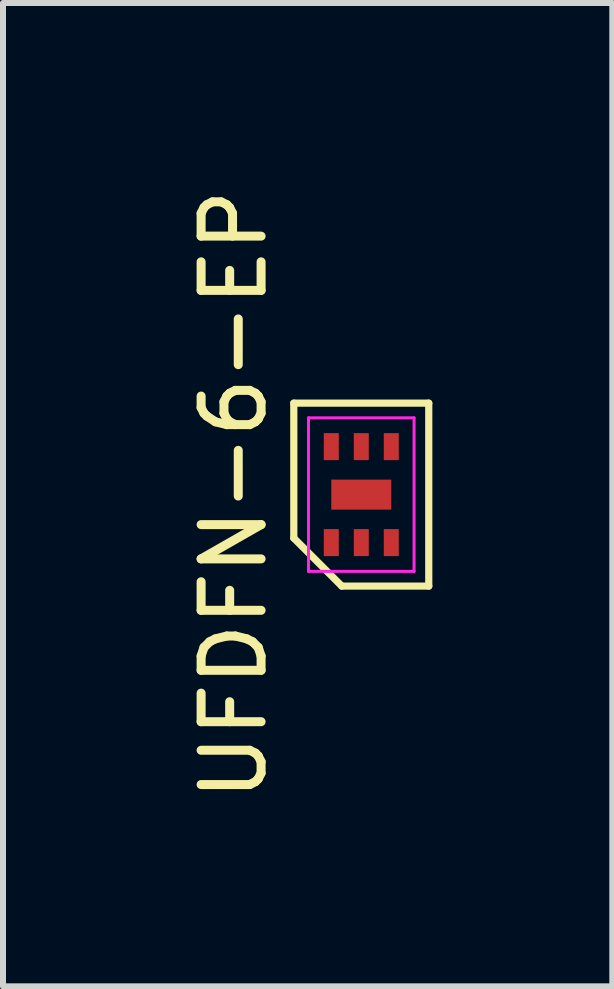
<source format=kicad_pcb>
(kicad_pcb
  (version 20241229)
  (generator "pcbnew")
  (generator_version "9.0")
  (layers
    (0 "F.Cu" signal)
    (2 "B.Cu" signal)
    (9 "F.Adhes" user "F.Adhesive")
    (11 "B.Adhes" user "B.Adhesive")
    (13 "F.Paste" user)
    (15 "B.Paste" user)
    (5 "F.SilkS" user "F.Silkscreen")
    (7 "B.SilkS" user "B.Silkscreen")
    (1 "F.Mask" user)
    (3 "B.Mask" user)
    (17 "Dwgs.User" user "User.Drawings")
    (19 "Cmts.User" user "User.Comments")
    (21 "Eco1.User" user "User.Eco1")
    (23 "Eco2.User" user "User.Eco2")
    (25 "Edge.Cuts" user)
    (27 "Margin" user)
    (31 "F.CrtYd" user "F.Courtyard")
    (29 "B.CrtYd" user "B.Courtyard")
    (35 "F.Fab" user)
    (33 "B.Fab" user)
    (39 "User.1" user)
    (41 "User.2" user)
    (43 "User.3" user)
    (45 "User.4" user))
  (footprint "UFDFN-6-EP"
    (layer "F.Cu")
    (at 2.973 5.196)
    (property "Reference" "UFDFN-6-EP" (at -2.125 0 90) (layer "F.SilkS") (effects (font (size 1 1) (thickness 0.15))))
    (attr smd)
    (fp_line (start -1.125 -1.525) (end 1.125 -1.525) (stroke (width 0.12) (type solid)) (layer "F.SilkS"))
    (fp_line (start -1.125 0.725) (end -1.125 -1.525) (stroke (width 0.12) (type solid)) (layer "F.SilkS"))
    (fp_line (start -0.325 1.525) (end -1.125 0.725) (stroke (width 0.12) (type solid)) (layer "F.SilkS"))
    (fp_line (start 1.125 -1.525) (end 1.125 1.525) (stroke (width 0.12) (type solid)) (layer "F.SilkS"))
    (fp_line (start 1.125 1.525) (end -0.325 1.525) (stroke (width 0.12) (type solid)) (layer "F.SilkS"))
    (fp_line (start -0.88 -1.28) (end 0.88 -1.28) (stroke (width 0.05) (type solid)) (layer "F.CrtYd"))
    (fp_line (start -0.88 1.28) (end -0.88 -1.28) (stroke (width 0.05) (type solid)) (layer "F.CrtYd"))
    (fp_line (start 0.88 -1.28) (end 0.88 1.28) (stroke (width 0.05) (type solid)) (layer "F.CrtYd"))
    (fp_line (start 0.88 1.28) (end -0.88 1.28) (stroke (width 0.05) (type solid)) (layer "F.CrtYd"))
    (pad "1" smd rect (at -0.5 0.8) (size 0.25 0.45) (layers "F.Cu" "F.Mask" "F.Paste"))
    (pad "2" smd rect (at 0 0.8) (size 0.25 0.45) (layers "F.Cu" "F.Mask" "F.Paste"))
    (pad "3" smd rect (at 0.5 0.8) (size 0.25 0.45) (layers "F.Cu" "F.Mask" "F.Paste"))
    (pad "4" smd rect (at 0.5 -0.8) (size 0.25 0.45) (layers "F.Cu" "F.Mask" "F.Paste"))
    (pad "5" smd rect (at 0 -0.8) (size 0.25 0.45) (layers "F.Cu" "F.Mask" "F.Paste"))
    (pad "6" smd rect (at -0.5 -0.8) (size 0.25 0.45) (layers "F.Cu" "F.Mask" "F.Paste"))
    (pad "7" smd rect (at 0 0) (size 1 0.5) (layers "F.Cu" "F.Mask" "F.Paste")))
  (gr_rect
    (start -3 -3)
    (end 7.158 13.393)
    (stroke (width 0.1) (type default))
    (fill no)
    (layer "Edge.Cuts")))
</source>
